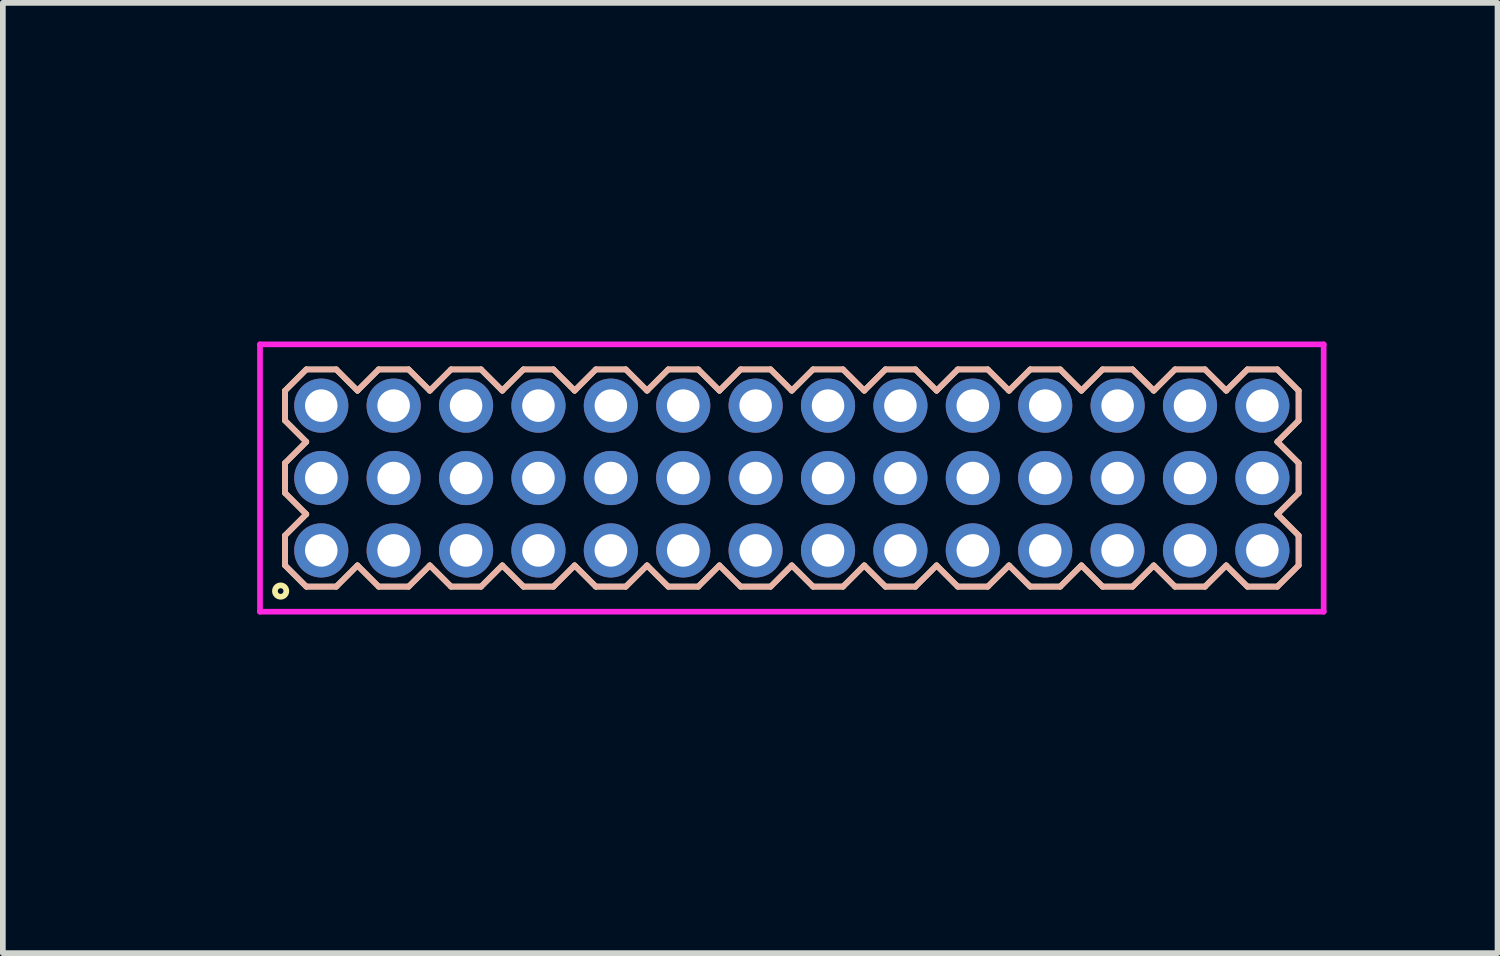
<source format=kicad_pcb>
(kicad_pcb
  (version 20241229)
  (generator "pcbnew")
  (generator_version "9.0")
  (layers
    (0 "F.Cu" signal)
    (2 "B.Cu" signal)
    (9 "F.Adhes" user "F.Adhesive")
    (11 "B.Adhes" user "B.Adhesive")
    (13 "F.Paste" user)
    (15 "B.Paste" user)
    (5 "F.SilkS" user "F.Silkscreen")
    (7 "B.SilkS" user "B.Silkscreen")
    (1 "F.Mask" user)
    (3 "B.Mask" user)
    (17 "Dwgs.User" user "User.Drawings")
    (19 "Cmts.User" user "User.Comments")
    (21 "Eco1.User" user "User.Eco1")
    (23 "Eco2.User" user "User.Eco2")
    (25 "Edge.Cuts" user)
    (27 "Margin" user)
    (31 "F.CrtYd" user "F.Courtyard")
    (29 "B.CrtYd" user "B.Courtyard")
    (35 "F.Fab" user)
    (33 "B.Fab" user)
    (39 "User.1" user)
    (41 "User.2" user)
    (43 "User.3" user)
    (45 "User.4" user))
  (footprint "HDR127P14x3"
    (layer "F.Cu")
    (at 10.841 5.336)
    (property "Reference" "HDR127P14x3" (at -10.08 0 90) (layer "User.1") (effects (font (size 1 1) (thickness 0.1))))
    (attr through_hole)
    (fp_line (start -8.89 -1.533) (end -8.518 -1.905) (stroke (width 0.1) (type solid)) (layer "F.SilkS"))
    (fp_line (start -8.89 -1.007) (end -8.89 -1.533) (stroke (width 0.1) (type solid)) (layer "F.SilkS"))
    (fp_line (start -8.89 -0.263) (end -8.518 -0.635) (stroke (width 0.1) (type solid)) (layer "F.SilkS"))
    (fp_line (start -8.89 0.263) (end -8.89 -0.263) (stroke (width 0.1) (type solid)) (layer "F.SilkS"))
    (fp_line (start -8.89 1.007) (end -8.518 0.635) (stroke (width 0.1) (type solid)) (layer "F.SilkS"))
    (fp_line (start -8.89 1.533) (end -8.89 1.007) (stroke (width 0.1) (type solid)) (layer "F.SilkS"))
    (fp_line (start -8.518 -1.905) (end -7.992 -1.905) (stroke (width 0.1) (type solid)) (layer "F.SilkS"))
    (fp_line (start -8.518 -0.635) (end -8.89 -1.007) (stroke (width 0.1) (type solid)) (layer "F.SilkS"))
    (fp_line (start -8.518 0.635) (end -8.89 0.263) (stroke (width 0.1) (type solid)) (layer "F.SilkS"))
    (fp_line (start -8.518 1.905) (end -8.89 1.533) (stroke (width 0.1) (type solid)) (layer "F.SilkS"))
    (fp_line (start -7.992 -1.905) (end -7.62 -1.533) (stroke (width 0.1) (type solid)) (layer "F.SilkS"))
    (fp_line (start -7.992 1.905) (end -8.518 1.905) (stroke (width 0.1) (type solid)) (layer "F.SilkS"))
    (fp_line (start -7.62 -1.533) (end -7.248 -1.905) (stroke (width 0.1) (type solid)) (layer "F.SilkS"))
    (fp_line (start -7.62 1.533) (end -7.992 1.905) (stroke (width 0.1) (type solid)) (layer "F.SilkS"))
    (fp_line (start -7.248 -1.905) (end -6.722 -1.905) (stroke (width 0.1) (type solid)) (layer "F.SilkS"))
    (fp_line (start -7.248 1.905) (end -7.62 1.533) (stroke (width 0.1) (type solid)) (layer "F.SilkS"))
    (fp_line (start -6.722 -1.905) (end -6.35 -1.533) (stroke (width 0.1) (type solid)) (layer "F.SilkS"))
    (fp_line (start -6.722 1.905) (end -7.248 1.905) (stroke (width 0.1) (type solid)) (layer "F.SilkS"))
    (fp_line (start -6.35 -1.533) (end -5.978 -1.905) (stroke (width 0.1) (type solid)) (layer "F.SilkS"))
    (fp_line (start -6.35 1.533) (end -6.722 1.905) (stroke (width 0.1) (type solid)) (layer "F.SilkS"))
    (fp_line (start -5.978 -1.905) (end -5.452 -1.905) (stroke (width 0.1) (type solid)) (layer "F.SilkS"))
    (fp_line (start -5.978 1.905) (end -6.35 1.533) (stroke (width 0.1) (type solid)) (layer "F.SilkS"))
    (fp_line (start -5.452 -1.905) (end -5.08 -1.533) (stroke (width 0.1) (type solid)) (layer "F.SilkS"))
    (fp_line (start -5.452 1.905) (end -5.978 1.905) (stroke (width 0.1) (type solid)) (layer "F.SilkS"))
    (fp_line (start -5.08 -1.533) (end -4.708 -1.905) (stroke (width 0.1) (type solid)) (layer "F.SilkS"))
    (fp_line (start -5.08 1.533) (end -5.452 1.905) (stroke (width 0.1) (type solid)) (layer "F.SilkS"))
    (fp_line (start -4.708 -1.905) (end -4.182 -1.905) (stroke (width 0.1) (type solid)) (layer "F.SilkS"))
    (fp_line (start -4.708 1.905) (end -5.08 1.533) (stroke (width 0.1) (type solid)) (layer "F.SilkS"))
    (fp_line (start -4.182 -1.905) (end -3.81 -1.533) (stroke (width 0.1) (type solid)) (layer "F.SilkS"))
    (fp_line (start -4.182 1.905) (end -4.708 1.905) (stroke (width 0.1) (type solid)) (layer "F.SilkS"))
    (fp_line (start -3.81 -1.533) (end -3.438 -1.905) (stroke (width 0.1) (type solid)) (layer "F.SilkS"))
    (fp_line (start -3.81 1.533) (end -4.182 1.905) (stroke (width 0.1) (type solid)) (layer "F.SilkS"))
    (fp_line (start -3.438 -1.905) (end -2.912 -1.905) (stroke (width 0.1) (type solid)) (layer "F.SilkS"))
    (fp_line (start -3.438 1.905) (end -3.81 1.533) (stroke (width 0.1) (type solid)) (layer "F.SilkS"))
    (fp_line (start -2.912 -1.905) (end -2.54 -1.533) (stroke (width 0.1) (type solid)) (layer "F.SilkS"))
    (fp_line (start -2.912 1.905) (end -3.438 1.905) (stroke (width 0.1) (type solid)) (layer "F.SilkS"))
    (fp_line (start -2.54 -1.533) (end -2.168 -1.905) (stroke (width 0.1) (type solid)) (layer "F.SilkS"))
    (fp_line (start -2.54 1.533) (end -2.912 1.905) (stroke (width 0.1) (type solid)) (layer "F.SilkS"))
    (fp_line (start -2.168 -1.905) (end -1.642 -1.905) (stroke (width 0.1) (type solid)) (layer "F.SilkS"))
    (fp_line (start -2.168 1.905) (end -2.54 1.533) (stroke (width 0.1) (type solid)) (layer "F.SilkS"))
    (fp_line (start -1.642 -1.905) (end -1.27 -1.533) (stroke (width 0.1) (type solid)) (layer "F.SilkS"))
    (fp_line (start -1.642 1.905) (end -2.168 1.905) (stroke (width 0.1) (type solid)) (layer "F.SilkS"))
    (fp_line (start -1.27 -1.533) (end -0.898 -1.905) (stroke (width 0.1) (type solid)) (layer "F.SilkS"))
    (fp_line (start -1.27 1.533) (end -1.642 1.905) (stroke (width 0.1) (type solid)) (layer "F.SilkS"))
    (fp_line (start -0.898 -1.905) (end -0.372 -1.905) (stroke (width 0.1) (type solid)) (layer "F.SilkS"))
    (fp_line (start -0.898 1.905) (end -1.27 1.533) (stroke (width 0.1) (type solid)) (layer "F.SilkS"))
    (fp_line (start -0.372 -1.905) (end 0 -1.533) (stroke (width 0.1) (type solid)) (layer "F.SilkS"))
    (fp_line (start -0.372 1.905) (end -0.898 1.905) (stroke (width 0.1) (type solid)) (layer "F.SilkS"))
    (fp_line (start 0 -1.533) (end 0.372 -1.905) (stroke (width 0.1) (type solid)) (layer "F.SilkS"))
    (fp_line (start 0 1.533) (end -0.372 1.905) (stroke (width 0.1) (type solid)) (layer "F.SilkS"))
    (fp_line (start 0.372 -1.905) (end 0.898 -1.905) (stroke (width 0.1) (type solid)) (layer "F.SilkS"))
    (fp_line (start 0.372 1.905) (end 0 1.533) (stroke (width 0.1) (type solid)) (layer "F.SilkS"))
    (fp_line (start 0.898 -1.905) (end 1.27 -1.533) (stroke (width 0.1) (type solid)) (layer "F.SilkS"))
    (fp_line (start 0.898 1.905) (end 0.372 1.905) (stroke (width 0.1) (type solid)) (layer "F.SilkS"))
    (fp_line (start 1.27 -1.533) (end 1.642 -1.905) (stroke (width 0.1) (type solid)) (layer "F.SilkS"))
    (fp_line (start 1.27 1.533) (end 0.898 1.905) (stroke (width 0.1) (type solid)) (layer "F.SilkS"))
    (fp_line (start 1.642 -1.905) (end 2.168 -1.905) (stroke (width 0.1) (type solid)) (layer "F.SilkS"))
    (fp_line (start 1.642 1.905) (end 1.27 1.533) (stroke (width 0.1) (type solid)) (layer "F.SilkS"))
    (fp_line (start 2.168 -1.905) (end 2.54 -1.533) (stroke (width 0.1) (type solid)) (layer "F.SilkS"))
    (fp_line (start 2.168 1.905) (end 1.642 1.905) (stroke (width 0.1) (type solid)) (layer "F.SilkS"))
    (fp_line (start 2.54 -1.533) (end 2.912 -1.905) (stroke (width 0.1) (type solid)) (layer "F.SilkS"))
    (fp_line (start 2.54 1.533) (end 2.168 1.905) (stroke (width 0.1) (type solid)) (layer "F.SilkS"))
    (fp_line (start 2.912 -1.905) (end 3.438 -1.905) (stroke (width 0.1) (type solid)) (layer "F.SilkS"))
    (fp_line (start 2.912 1.905) (end 2.54 1.533) (stroke (width 0.1) (type solid)) (layer "F.SilkS"))
    (fp_line (start 3.438 -1.905) (end 3.81 -1.533) (stroke (width 0.1) (type solid)) (layer "F.SilkS"))
    (fp_line (start 3.438 1.905) (end 2.912 1.905) (stroke (width 0.1) (type solid)) (layer "F.SilkS"))
    (fp_line (start 3.81 -1.533) (end 4.182 -1.905) (stroke (width 0.1) (type solid)) (layer "F.SilkS"))
    (fp_line (start 3.81 1.533) (end 3.438 1.905) (stroke (width 0.1) (type solid)) (layer "F.SilkS"))
    (fp_line (start 4.182 -1.905) (end 4.708 -1.905) (stroke (width 0.1) (type solid)) (layer "F.SilkS"))
    (fp_line (start 4.182 1.905) (end 3.81 1.533) (stroke (width 0.1) (type solid)) (layer "F.SilkS"))
    (fp_line (start 4.708 -1.905) (end 5.08 -1.533) (stroke (width 0.1) (type solid)) (layer "F.SilkS"))
    (fp_line (start 4.708 1.905) (end 4.182 1.905) (stroke (width 0.1) (type solid)) (layer "F.SilkS"))
    (fp_line (start 5.08 -1.533) (end 5.452 -1.905) (stroke (width 0.1) (type solid)) (layer "F.SilkS"))
    (fp_line (start 5.08 1.533) (end 4.708 1.905) (stroke (width 0.1) (type solid)) (layer "F.SilkS"))
    (fp_line (start 5.452 -1.905) (end 5.978 -1.905) (stroke (width 0.1) (type solid)) (layer "F.SilkS"))
    (fp_line (start 5.452 1.905) (end 5.08 1.533) (stroke (width 0.1) (type solid)) (layer "F.SilkS"))
    (fp_line (start 5.978 -1.905) (end 6.35 -1.533) (stroke (width 0.1) (type solid)) (layer "F.SilkS"))
    (fp_line (start 5.978 1.905) (end 5.452 1.905) (stroke (width 0.1) (type solid)) (layer "F.SilkS"))
    (fp_line (start 6.35 -1.533) (end 6.722 -1.905) (stroke (width 0.1) (type solid)) (layer "F.SilkS"))
    (fp_line (start 6.35 1.533) (end 5.978 1.905) (stroke (width 0.1) (type solid)) (layer "F.SilkS"))
    (fp_line (start 6.722 -1.905) (end 7.248 -1.905) (stroke (width 0.1) (type solid)) (layer "F.SilkS"))
    (fp_line (start 6.722 1.905) (end 6.35 1.533) (stroke (width 0.1) (type solid)) (layer "F.SilkS"))
    (fp_line (start 7.248 -1.905) (end 7.62 -1.533) (stroke (width 0.1) (type solid)) (layer "F.SilkS"))
    (fp_line (start 7.248 1.905) (end 6.722 1.905) (stroke (width 0.1) (type solid)) (layer "F.SilkS"))
    (fp_line (start 7.62 -1.533) (end 7.992 -1.905) (stroke (width 0.1) (type solid)) (layer "F.SilkS"))
    (fp_line (start 7.62 1.533) (end 7.248 1.905) (stroke (width 0.1) (type solid)) (layer "F.SilkS"))
    (fp_line (start 7.992 -1.905) (end 8.518 -1.905) (stroke (width 0.1) (type solid)) (layer "F.SilkS"))
    (fp_line (start 7.992 1.905) (end 7.62 1.533) (stroke (width 0.1) (type solid)) (layer "F.SilkS"))
    (fp_line (start 8.518 -1.905) (end 8.89 -1.533) (stroke (width 0.1) (type solid)) (layer "F.SilkS"))
    (fp_line (start 8.518 -0.635) (end 8.89 -0.263) (stroke (width 0.1) (type solid)) (layer "F.SilkS"))
    (fp_line (start 8.518 0.635) (end 8.89 1.007) (stroke (width 0.1) (type solid)) (layer "F.SilkS"))
    (fp_line (start 8.518 1.905) (end 7.992 1.905) (stroke (width 0.1) (type solid)) (layer "F.SilkS"))
    (fp_line (start 8.89 -1.533) (end 8.89 -1.007) (stroke (width 0.1) (type solid)) (layer "F.SilkS"))
    (fp_line (start 8.89 -1.007) (end 8.518 -0.635) (stroke (width 0.1) (type solid)) (layer "F.SilkS"))
    (fp_line (start 8.89 -0.263) (end 8.89 0.263) (stroke (width 0.1) (type solid)) (layer "F.SilkS"))
    (fp_line (start 8.89 0.263) (end 8.518 0.635) (stroke (width 0.1) (type solid)) (layer "F.SilkS"))
    (fp_line (start 8.89 1.007) (end 8.89 1.533) (stroke (width 0.1) (type solid)) (layer "F.SilkS"))
    (fp_line (start 8.89 1.533) (end 8.518 1.905) (stroke (width 0.1) (type solid)) (layer "F.SilkS"))
    (fp_circle (center -8.968 1.983) (end -8.868 1.983) (stroke (width 0.1) (type solid)) (fill no) (layer "F.SilkS"))
    (fp_line (start -8.89 -1.533) (end -8.518 -1.905) (stroke (width 0.1) (type solid)) (layer "B.SilkS"))
    (fp_line (start -8.89 -1.007) (end -8.89 -1.533) (stroke (width 0.1) (type solid)) (layer "B.SilkS"))
    (fp_line (start -8.89 -0.263) (end -8.518 -0.635) (stroke (width 0.1) (type solid)) (layer "B.SilkS"))
    (fp_line (start -8.89 0.263) (end -8.89 -0.263) (stroke (width 0.1) (type solid)) (layer "B.SilkS"))
    (fp_line (start -8.89 1.007) (end -8.518 0.635) (stroke (width 0.1) (type solid)) (layer "B.SilkS"))
    (fp_line (start -8.89 1.533) (end -8.89 1.007) (stroke (width 0.1) (type solid)) (layer "B.SilkS"))
    (fp_line (start -8.518 -1.905) (end -7.992 -1.905) (stroke (width 0.1) (type solid)) (layer "B.SilkS"))
    (fp_line (start -8.518 -0.635) (end -8.89 -1.007) (stroke (width 0.1) (type solid)) (layer "B.SilkS"))
    (fp_line (start -8.518 0.635) (end -8.89 0.263) (stroke (width 0.1) (type solid)) (layer "B.SilkS"))
    (fp_line (start -8.518 1.905) (end -8.89 1.533) (stroke (width 0.1) (type solid)) (layer "B.SilkS"))
    (fp_line (start -7.992 -1.905) (end -7.62 -1.533) (stroke (width 0.1) (type solid)) (layer "B.SilkS"))
    (fp_line (start -7.992 1.905) (end -8.518 1.905) (stroke (width 0.1) (type solid)) (layer "B.SilkS"))
    (fp_line (start -7.62 -1.533) (end -7.248 -1.905) (stroke (width 0.1) (type solid)) (layer "B.SilkS"))
    (fp_line (start -7.62 1.533) (end -7.992 1.905) (stroke (width 0.1) (type solid)) (layer "B.SilkS"))
    (fp_line (start -7.248 -1.905) (end -6.722 -1.905) (stroke (width 0.1) (type solid)) (layer "B.SilkS"))
    (fp_line (start -7.248 1.905) (end -7.62 1.533) (stroke (width 0.1) (type solid)) (layer "B.SilkS"))
    (fp_line (start -6.722 -1.905) (end -6.35 -1.533) (stroke (width 0.1) (type solid)) (layer "B.SilkS"))
    (fp_line (start -6.722 1.905) (end -7.248 1.905) (stroke (width 0.1) (type solid)) (layer "B.SilkS"))
    (fp_line (start -6.35 -1.533) (end -5.978 -1.905) (stroke (width 0.1) (type solid)) (layer "B.SilkS"))
    (fp_line (start -6.35 1.533) (end -6.722 1.905) (stroke (width 0.1) (type solid)) (layer "B.SilkS"))
    (fp_line (start -5.978 -1.905) (end -5.452 -1.905) (stroke (width 0.1) (type solid)) (layer "B.SilkS"))
    (fp_line (start -5.978 1.905) (end -6.35 1.533) (stroke (width 0.1) (type solid)) (layer "B.SilkS"))
    (fp_line (start -5.452 -1.905) (end -5.08 -1.533) (stroke (width 0.1) (type solid)) (layer "B.SilkS"))
    (fp_line (start -5.452 1.905) (end -5.978 1.905) (stroke (width 0.1) (type solid)) (layer "B.SilkS"))
    (fp_line (start -5.08 -1.533) (end -4.708 -1.905) (stroke (width 0.1) (type solid)) (layer "B.SilkS"))
    (fp_line (start -5.08 1.533) (end -5.452 1.905) (stroke (width 0.1) (type solid)) (layer "B.SilkS"))
    (fp_line (start -4.708 -1.905) (end -4.182 -1.905) (stroke (width 0.1) (type solid)) (layer "B.SilkS"))
    (fp_line (start -4.708 1.905) (end -5.08 1.533) (stroke (width 0.1) (type solid)) (layer "B.SilkS"))
    (fp_line (start -4.182 -1.905) (end -3.81 -1.533) (stroke (width 0.1) (type solid)) (layer "B.SilkS"))
    (fp_line (start -4.182 1.905) (end -4.708 1.905) (stroke (width 0.1) (type solid)) (layer "B.SilkS"))
    (fp_line (start -3.81 -1.533) (end -3.438 -1.905) (stroke (width 0.1) (type solid)) (layer "B.SilkS"))
    (fp_line (start -3.81 1.533) (end -4.182 1.905) (stroke (width 0.1) (type solid)) (layer "B.SilkS"))
    (fp_line (start -3.438 -1.905) (end -2.912 -1.905) (stroke (width 0.1) (type solid)) (layer "B.SilkS"))
    (fp_line (start -3.438 1.905) (end -3.81 1.533) (stroke (width 0.1) (type solid)) (layer "B.SilkS"))
    (fp_line (start -2.912 -1.905) (end -2.54 -1.533) (stroke (width 0.1) (type solid)) (layer "B.SilkS"))
    (fp_line (start -2.912 1.905) (end -3.438 1.905) (stroke (width 0.1) (type solid)) (layer "B.SilkS"))
    (fp_line (start -2.54 -1.533) (end -2.168 -1.905) (stroke (width 0.1) (type solid)) (layer "B.SilkS"))
    (fp_line (start -2.54 1.533) (end -2.912 1.905) (stroke (width 0.1) (type solid)) (layer "B.SilkS"))
    (fp_line (start -2.168 -1.905) (end -1.642 -1.905) (stroke (width 0.1) (type solid)) (layer "B.SilkS"))
    (fp_line (start -2.168 1.905) (end -2.54 1.533) (stroke (width 0.1) (type solid)) (layer "B.SilkS"))
    (fp_line (start -1.642 -1.905) (end -1.27 -1.533) (stroke (width 0.1) (type solid)) (layer "B.SilkS"))
    (fp_line (start -1.642 1.905) (end -2.168 1.905) (stroke (width 0.1) (type solid)) (layer "B.SilkS"))
    (fp_line (start -1.27 -1.533) (end -0.898 -1.905) (stroke (width 0.1) (type solid)) (layer "B.SilkS"))
    (fp_line (start -1.27 1.533) (end -1.642 1.905) (stroke (width 0.1) (type solid)) (layer "B.SilkS"))
    (fp_line (start -0.898 -1.905) (end -0.372 -1.905) (stroke (width 0.1) (type solid)) (layer "B.SilkS"))
    (fp_line (start -0.898 1.905) (end -1.27 1.533) (stroke (width 0.1) (type solid)) (layer "B.SilkS"))
    (fp_line (start -0.372 -1.905) (end 0 -1.533) (stroke (width 0.1) (type solid)) (layer "B.SilkS"))
    (fp_line (start -0.372 1.905) (end -0.898 1.905) (stroke (width 0.1) (type solid)) (layer "B.SilkS"))
    (fp_line (start 0 -1.533) (end 0.372 -1.905) (stroke (width 0.1) (type solid)) (layer "B.SilkS"))
    (fp_line (start 0 1.533) (end -0.372 1.905) (stroke (width 0.1) (type solid)) (layer "B.SilkS"))
    (fp_line (start 0.372 -1.905) (end 0.898 -1.905) (stroke (width 0.1) (type solid)) (layer "B.SilkS"))
    (fp_line (start 0.372 1.905) (end 0 1.533) (stroke (width 0.1) (type solid)) (layer "B.SilkS"))
    (fp_line (start 0.898 -1.905) (end 1.27 -1.533) (stroke (width 0.1) (type solid)) (layer "B.SilkS"))
    (fp_line (start 0.898 1.905) (end 0.372 1.905) (stroke (width 0.1) (type solid)) (layer "B.SilkS"))
    (fp_line (start 1.27 -1.533) (end 1.642 -1.905) (stroke (width 0.1) (type solid)) (layer "B.SilkS"))
    (fp_line (start 1.27 1.533) (end 0.898 1.905) (stroke (width 0.1) (type solid)) (layer "B.SilkS"))
    (fp_line (start 1.642 -1.905) (end 2.168 -1.905) (stroke (width 0.1) (type solid)) (layer "B.SilkS"))
    (fp_line (start 1.642 1.905) (end 1.27 1.533) (stroke (width 0.1) (type solid)) (layer "B.SilkS"))
    (fp_line (start 2.168 -1.905) (end 2.54 -1.533) (stroke (width 0.1) (type solid)) (layer "B.SilkS"))
    (fp_line (start 2.168 1.905) (end 1.642 1.905) (stroke (width 0.1) (type solid)) (layer "B.SilkS"))
    (fp_line (start 2.54 -1.533) (end 2.912 -1.905) (stroke (width 0.1) (type solid)) (layer "B.SilkS"))
    (fp_line (start 2.54 1.533) (end 2.168 1.905) (stroke (width 0.1) (type solid)) (layer "B.SilkS"))
    (fp_line (start 2.912 -1.905) (end 3.438 -1.905) (stroke (width 0.1) (type solid)) (layer "B.SilkS"))
    (fp_line (start 2.912 1.905) (end 2.54 1.533) (stroke (width 0.1) (type solid)) (layer "B.SilkS"))
    (fp_line (start 3.438 -1.905) (end 3.81 -1.533) (stroke (width 0.1) (type solid)) (layer "B.SilkS"))
    (fp_line (start 3.438 1.905) (end 2.912 1.905) (stroke (width 0.1) (type solid)) (layer "B.SilkS"))
    (fp_line (start 3.81 -1.533) (end 4.182 -1.905) (stroke (width 0.1) (type solid)) (layer "B.SilkS"))
    (fp_line (start 3.81 1.533) (end 3.438 1.905) (stroke (width 0.1) (type solid)) (layer "B.SilkS"))
    (fp_line (start 4.182 -1.905) (end 4.708 -1.905) (stroke (width 0.1) (type solid)) (layer "B.SilkS"))
    (fp_line (start 4.182 1.905) (end 3.81 1.533) (stroke (width 0.1) (type solid)) (layer "B.SilkS"))
    (fp_line (start 4.708 -1.905) (end 5.08 -1.533) (stroke (width 0.1) (type solid)) (layer "B.SilkS"))
    (fp_line (start 4.708 1.905) (end 4.182 1.905) (stroke (width 0.1) (type solid)) (layer "B.SilkS"))
    (fp_line (start 5.08 -1.533) (end 5.452 -1.905) (stroke (width 0.1) (type solid)) (layer "B.SilkS"))
    (fp_line (start 5.08 1.533) (end 4.708 1.905) (stroke (width 0.1) (type solid)) (layer "B.SilkS"))
    (fp_line (start 5.452 -1.905) (end 5.978 -1.905) (stroke (width 0.1) (type solid)) (layer "B.SilkS"))
    (fp_line (start 5.452 1.905) (end 5.08 1.533) (stroke (width 0.1) (type solid)) (layer "B.SilkS"))
    (fp_line (start 5.978 -1.905) (end 6.35 -1.533) (stroke (width 0.1) (type solid)) (layer "B.SilkS"))
    (fp_line (start 5.978 1.905) (end 5.452 1.905) (stroke (width 0.1) (type solid)) (layer "B.SilkS"))
    (fp_line (start 6.35 -1.533) (end 6.722 -1.905) (stroke (width 0.1) (type solid)) (layer "B.SilkS"))
    (fp_line (start 6.35 1.533) (end 5.978 1.905) (stroke (width 0.1) (type solid)) (layer "B.SilkS"))
    (fp_line (start 6.722 -1.905) (end 7.248 -1.905) (stroke (width 0.1) (type solid)) (layer "B.SilkS"))
    (fp_line (start 6.722 1.905) (end 6.35 1.533) (stroke (width 0.1) (type solid)) (layer "B.SilkS"))
    (fp_line (start 7.248 -1.905) (end 7.62 -1.533) (stroke (width 0.1) (type solid)) (layer "B.SilkS"))
    (fp_line (start 7.248 1.905) (end 6.722 1.905) (stroke (width 0.1) (type solid)) (layer "B.SilkS"))
    (fp_line (start 7.62 -1.533) (end 7.992 -1.905) (stroke (width 0.1) (type solid)) (layer "B.SilkS"))
    (fp_line (start 7.62 1.533) (end 7.248 1.905) (stroke (width 0.1) (type solid)) (layer "B.SilkS"))
    (fp_line (start 7.992 -1.905) (end 8.518 -1.905) (stroke (width 0.1) (type solid)) (layer "B.SilkS"))
    (fp_line (start 7.992 1.905) (end 7.62 1.533) (stroke (width 0.1) (type solid)) (layer "B.SilkS"))
    (fp_line (start 8.518 -1.905) (end 8.89 -1.533) (stroke (width 0.1) (type solid)) (layer "B.SilkS"))
    (fp_line (start 8.518 -0.635) (end 8.89 -0.263) (stroke (width 0.1) (type solid)) (layer "B.SilkS"))
    (fp_line (start 8.518 0.635) (end 8.89 1.007) (stroke (width 0.1) (type solid)) (layer "B.SilkS"))
    (fp_line (start 8.518 1.905) (end 7.992 1.905) (stroke (width 0.1) (type solid)) (layer "B.SilkS"))
    (fp_line (start 8.89 -1.533) (end 8.89 -1.007) (stroke (width 0.1) (type solid)) (layer "B.SilkS"))
    (fp_line (start 8.89 -1.007) (end 8.518 -0.635) (stroke (width 0.1) (type solid)) (layer "B.SilkS"))
    (fp_line (start 8.89 -0.263) (end 8.89 0.263) (stroke (width 0.1) (type solid)) (layer "B.SilkS"))
    (fp_line (start 8.89 0.263) (end 8.518 0.635) (stroke (width 0.1) (type solid)) (layer "B.SilkS"))
    (fp_line (start 8.89 1.007) (end 8.89 1.533) (stroke (width 0.1) (type solid)) (layer "B.SilkS"))
    (fp_line (start 8.89 1.533) (end 8.518 1.905) (stroke (width 0.1) (type solid)) (layer "B.SilkS"))
    (fp_line (start -9.33 -2.345) (end -9.33 2.345) (stroke (width 0.1) (type solid)) (layer "F.CrtYd"))
    (fp_line (start -9.33 2.345) (end 9.33 2.345) (stroke (width 0.1) (type solid)) (layer "F.CrtYd"))
    (fp_line (start 9.33 -2.345) (end -9.33 -2.345) (stroke (width 0.1) (type solid)) (layer "F.CrtYd"))
    (fp_line (start 9.33 2.345) (end 9.33 -2.345) (stroke (width 0.1) (type solid)) (layer "F.CrtYd"))
    (pad "1" thru_hole oval (at -8.255 1.27) (size 0.95 0.95) (drill 0.57) (layers "*.Cu" "*.Mask"))
    (pad "2" thru_hole oval (at -8.255 0) (size 0.95 0.95) (drill 0.57) (layers "*.Cu" "*.Mask"))
    (pad "3" thru_hole oval (at -8.255 -1.27) (size 0.95 0.95) (drill 0.57) (layers "*.Cu" "*.Mask"))
    (pad "4" thru_hole oval (at -6.985 1.27) (size 0.95 0.95) (drill 0.57) (layers "*.Cu" "*.Mask"))
    (pad "5" thru_hole oval (at -6.985 0) (size 0.95 0.95) (drill 0.57) (layers "*.Cu" "*.Mask"))
    (pad "6" thru_hole oval (at -6.985 -1.27) (size 0.95 0.95) (drill 0.57) (layers "*.Cu" "*.Mask"))
    (pad "7" thru_hole oval (at -5.715 1.27) (size 0.95 0.95) (drill 0.57) (layers "*.Cu" "*.Mask"))
    (pad "8" thru_hole oval (at -5.715 0) (size 0.95 0.95) (drill 0.57) (layers "*.Cu" "*.Mask"))
    (pad "9" thru_hole oval (at -5.715 -1.27) (size 0.95 0.95) (drill 0.57) (layers "*.Cu" "*.Mask"))
    (pad "10" thru_hole oval (at -4.445 1.27) (size 0.95 0.95) (drill 0.57) (layers "*.Cu" "*.Mask"))
    (pad "11" thru_hole oval (at -4.445 0) (size 0.95 0.95) (drill 0.57) (layers "*.Cu" "*.Mask"))
    (pad "12" thru_hole oval (at -4.445 -1.27) (size 0.95 0.95) (drill 0.57) (layers "*.Cu" "*.Mask"))
    (pad "13" thru_hole oval (at -3.175 1.27) (size 0.95 0.95) (drill 0.57) (layers "*.Cu" "*.Mask"))
    (pad "14" thru_hole oval (at -3.175 0) (size 0.95 0.95) (drill 0.57) (layers "*.Cu" "*.Mask"))
    (pad "15" thru_hole oval (at -3.175 -1.27) (size 0.95 0.95) (drill 0.57) (layers "*.Cu" "*.Mask"))
    (pad "16" thru_hole oval (at -1.905 1.27) (size 0.95 0.95) (drill 0.57) (layers "*.Cu" "*.Mask"))
    (pad "17" thru_hole oval (at -1.905 0) (size 0.95 0.95) (drill 0.57) (layers "*.Cu" "*.Mask"))
    (pad "18" thru_hole oval (at -1.905 -1.27) (size 0.95 0.95) (drill 0.57) (layers "*.Cu" "*.Mask"))
    (pad "19" thru_hole oval (at -0.635 1.27) (size 0.95 0.95) (drill 0.57) (layers "*.Cu" "*.Mask"))
    (pad "20" thru_hole oval (at -0.635 0) (size 0.95 0.95) (drill 0.57) (layers "*.Cu" "*.Mask"))
    (pad "21" thru_hole oval (at -0.635 -1.27) (size 0.95 0.95) (drill 0.57) (layers "*.Cu" "*.Mask"))
    (pad "22" thru_hole oval (at 0.635 1.27) (size 0.95 0.95) (drill 0.57) (layers "*.Cu" "*.Mask"))
    (pad "23" thru_hole oval (at 0.635 0) (size 0.95 0.95) (drill 0.57) (layers "*.Cu" "*.Mask"))
    (pad "24" thru_hole oval (at 0.635 -1.27) (size 0.95 0.95) (drill 0.57) (layers "*.Cu" "*.Mask"))
    (pad "25" thru_hole oval (at 1.905 1.27) (size 0.95 0.95) (drill 0.57) (layers "*.Cu" "*.Mask"))
    (pad "26" thru_hole oval (at 1.905 0) (size 0.95 0.95) (drill 0.57) (layers "*.Cu" "*.Mask"))
    (pad "27" thru_hole oval (at 1.905 -1.27) (size 0.95 0.95) (drill 0.57) (layers "*.Cu" "*.Mask"))
    (pad "28" thru_hole oval (at 3.175 1.27) (size 0.95 0.95) (drill 0.57) (layers "*.Cu" "*.Mask"))
    (pad "29" thru_hole oval (at 3.175 0) (size 0.95 0.95) (drill 0.57) (layers "*.Cu" "*.Mask"))
    (pad "30" thru_hole oval (at 3.175 -1.27) (size 0.95 0.95) (drill 0.57) (layers "*.Cu" "*.Mask"))
    (pad "31" thru_hole oval (at 4.445 1.27) (size 0.95 0.95) (drill 0.57) (layers "*.Cu" "*.Mask"))
    (pad "32" thru_hole oval (at 4.445 0) (size 0.95 0.95) (drill 0.57) (layers "*.Cu" "*.Mask"))
    (pad "33" thru_hole oval (at 4.445 -1.27) (size 0.95 0.95) (drill 0.57) (layers "*.Cu" "*.Mask"))
    (pad "34" thru_hole oval (at 5.715 1.27) (size 0.95 0.95) (drill 0.57) (layers "*.Cu" "*.Mask"))
    (pad "35" thru_hole oval (at 5.715 0) (size 0.95 0.95) (drill 0.57) (layers "*.Cu" "*.Mask"))
    (pad "36" thru_hole oval (at 5.715 -1.27) (size 0.95 0.95) (drill 0.57) (layers "*.Cu" "*.Mask"))
    (pad "37" thru_hole oval (at 6.985 1.27) (size 0.95 0.95) (drill 0.57) (layers "*.Cu" "*.Mask"))
    (pad "38" thru_hole oval (at 6.985 0) (size 0.95 0.95) (drill 0.57) (layers "*.Cu" "*.Mask"))
    (pad "39" thru_hole oval (at 6.985 -1.27) (size 0.95 0.95) (drill 0.57) (layers "*.Cu" "*.Mask"))
    (pad "40" thru_hole oval (at 8.255 1.27) (size 0.95 0.95) (drill 0.57) (layers "*.Cu" "*.Mask"))
    (pad "41" thru_hole oval (at 8.255 0) (size 0.95 0.95) (drill 0.57) (layers "*.Cu" "*.Mask"))
    (pad "42" thru_hole oval (at 8.255 -1.27) (size 0.95 0.95) (drill 0.57) (layers "*.Cu" "*.Mask")))
  (gr_rect
    (start -3 -3)
    (end 23.221 13.671)
    (stroke (width 0.1) (type default))
    (fill no)
    (layer "Edge.Cuts")))
</source>
